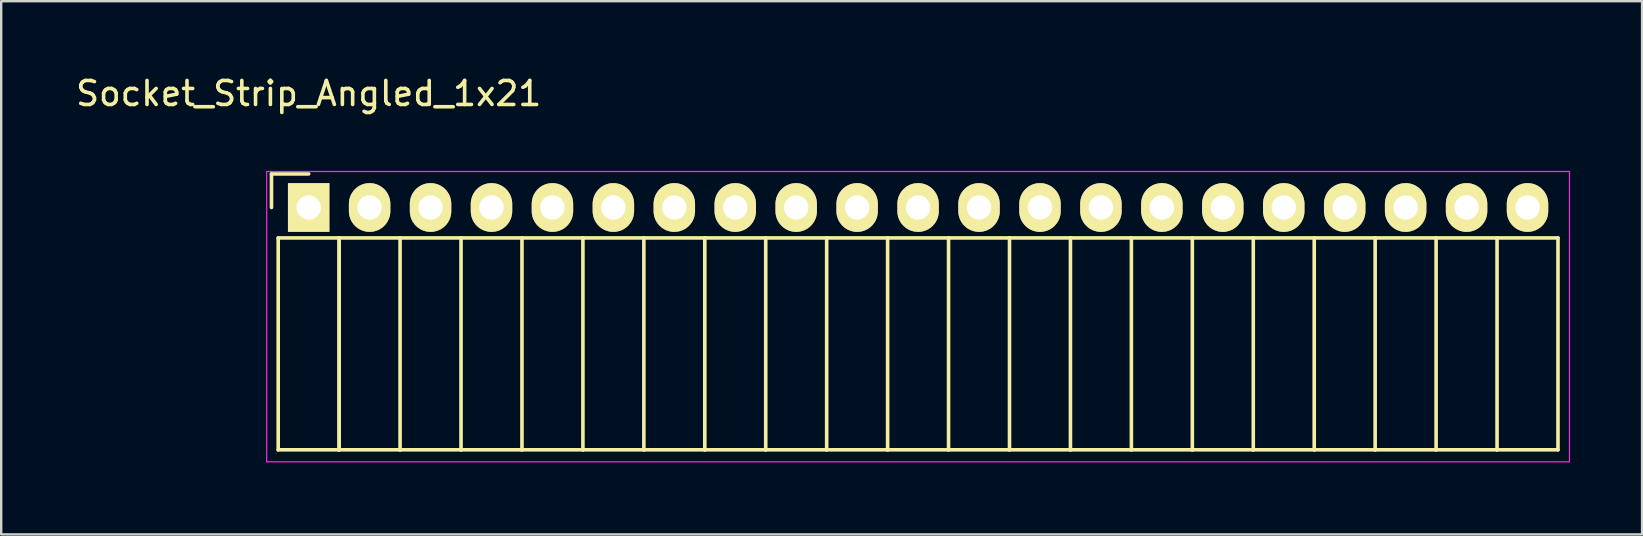
<source format=kicad_pcb>
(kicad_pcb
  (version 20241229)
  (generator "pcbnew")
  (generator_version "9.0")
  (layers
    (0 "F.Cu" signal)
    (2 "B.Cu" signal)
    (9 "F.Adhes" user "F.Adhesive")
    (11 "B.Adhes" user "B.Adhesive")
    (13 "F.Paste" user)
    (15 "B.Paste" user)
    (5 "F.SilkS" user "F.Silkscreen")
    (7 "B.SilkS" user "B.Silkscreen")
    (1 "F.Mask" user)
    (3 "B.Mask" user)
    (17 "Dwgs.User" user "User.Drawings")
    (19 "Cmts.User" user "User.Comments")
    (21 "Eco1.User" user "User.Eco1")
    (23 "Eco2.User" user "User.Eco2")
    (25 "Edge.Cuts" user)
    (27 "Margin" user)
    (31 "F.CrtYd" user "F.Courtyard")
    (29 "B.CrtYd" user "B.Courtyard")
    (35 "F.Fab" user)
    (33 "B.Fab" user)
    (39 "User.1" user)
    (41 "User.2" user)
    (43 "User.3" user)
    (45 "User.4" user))
  (footprint "Socket_Strip_Angled_1x21"
    (layer "F.Cu")
    (at 9.815 5.598)
    (property "Reference" "Socket_Strip_Angled_1x21" (at 0 -4.75 0) (layer "F.SilkS") (effects (font (size 1 1) (thickness 0.15))))
    (attr through_hole)
    (fp_line (start -1.55 -1.4) (end -1.55 0) (stroke (width 0.15) (type solid)) (layer "F.SilkS"))
    (fp_line (start -1.27 1.27) (end -1.27 10.1) (stroke (width 0.15) (type solid)) (layer "F.SilkS"))
    (fp_line (start -1.27 1.27) (end 1.27 1.27) (stroke (width 0.15) (type solid)) (layer "F.SilkS"))
    (fp_line (start -1.27 10.1) (end 1.27 10.1) (stroke (width 0.15) (type solid)) (layer "F.SilkS"))
    (fp_line (start 0 -1.4) (end -1.55 -1.4) (stroke (width 0.15) (type solid)) (layer "F.SilkS"))
    (fp_line (start 1.27 1.27) (end 1.27 10.1) (stroke (width 0.15) (type solid)) (layer "F.SilkS"))
    (fp_line (start 1.27 1.27) (end 3.81 1.27) (stroke (width 0.15) (type solid)) (layer "F.SilkS"))
    (fp_line (start 1.27 10.1) (end 1.27 1.27) (stroke (width 0.15) (type solid)) (layer "F.SilkS"))
    (fp_line (start 1.27 10.1) (end 3.81 10.1) (stroke (width 0.15) (type solid)) (layer "F.SilkS"))
    (fp_line (start 3.81 1.27) (end 6.35 1.27) (stroke (width 0.15) (type solid)) (layer "F.SilkS"))
    (fp_line (start 3.81 10.1) (end 3.81 1.27) (stroke (width 0.15) (type solid)) (layer "F.SilkS"))
    (fp_line (start 3.81 10.1) (end 6.35 10.1) (stroke (width 0.15) (type solid)) (layer "F.SilkS"))
    (fp_line (start 6.35 1.27) (end 8.89 1.27) (stroke (width 0.15) (type solid)) (layer "F.SilkS"))
    (fp_line (start 6.35 10.1) (end 6.35 1.27) (stroke (width 0.15) (type solid)) (layer "F.SilkS"))
    (fp_line (start 6.35 10.1) (end 8.89 10.1) (stroke (width 0.15) (type solid)) (layer "F.SilkS"))
    (fp_line (start 8.89 1.27) (end 11.43 1.27) (stroke (width 0.15) (type solid)) (layer "F.SilkS"))
    (fp_line (start 8.89 10.1) (end 8.89 1.27) (stroke (width 0.15) (type solid)) (layer "F.SilkS"))
    (fp_line (start 8.89 10.1) (end 11.43 10.1) (stroke (width 0.15) (type solid)) (layer "F.SilkS"))
    (fp_line (start 11.43 1.27) (end 13.97 1.27) (stroke (width 0.15) (type solid)) (layer "F.SilkS"))
    (fp_line (start 11.43 10.1) (end 11.43 1.27) (stroke (width 0.15) (type solid)) (layer "F.SilkS"))
    (fp_line (start 11.43 10.1) (end 13.97 10.1) (stroke (width 0.15) (type solid)) (layer "F.SilkS"))
    (fp_line (start 13.97 1.27) (end 16.51 1.27) (stroke (width 0.15) (type solid)) (layer "F.SilkS"))
    (fp_line (start 13.97 10.1) (end 13.97 1.27) (stroke (width 0.15) (type solid)) (layer "F.SilkS"))
    (fp_line (start 13.97 10.1) (end 16.51 10.1) (stroke (width 0.15) (type solid)) (layer "F.SilkS"))
    (fp_line (start 16.51 1.27) (end 19.05 1.27) (stroke (width 0.15) (type solid)) (layer "F.SilkS"))
    (fp_line (start 16.51 10.1) (end 16.51 1.27) (stroke (width 0.15) (type solid)) (layer "F.SilkS"))
    (fp_line (start 16.51 10.1) (end 19.05 10.1) (stroke (width 0.15) (type solid)) (layer "F.SilkS"))
    (fp_line (start 19.05 1.27) (end 21.59 1.27) (stroke (width 0.15) (type solid)) (layer "F.SilkS"))
    (fp_line (start 19.05 10.1) (end 19.05 1.27) (stroke (width 0.15) (type solid)) (layer "F.SilkS"))
    (fp_line (start 19.05 10.1) (end 21.59 10.1) (stroke (width 0.15) (type solid)) (layer "F.SilkS"))
    (fp_line (start 21.59 1.27) (end 24.13 1.27) (stroke (width 0.15) (type solid)) (layer "F.SilkS"))
    (fp_line (start 21.59 10.1) (end 21.59 1.27) (stroke (width 0.15) (type solid)) (layer "F.SilkS"))
    (fp_line (start 21.59 10.1) (end 24.13 10.1) (stroke (width 0.15) (type solid)) (layer "F.SilkS"))
    (fp_line (start 24.13 1.27) (end 26.67 1.27) (stroke (width 0.15) (type solid)) (layer "F.SilkS"))
    (fp_line (start 24.13 10.1) (end 24.13 1.27) (stroke (width 0.15) (type solid)) (layer "F.SilkS"))
    (fp_line (start 24.13 10.1) (end 26.67 10.1) (stroke (width 0.15) (type solid)) (layer "F.SilkS"))
    (fp_line (start 26.67 1.27) (end 29.21 1.27) (stroke (width 0.15) (type solid)) (layer "F.SilkS"))
    (fp_line (start 26.67 10.1) (end 26.67 1.27) (stroke (width 0.15) (type solid)) (layer "F.SilkS"))
    (fp_line (start 26.67 10.1) (end 29.21 10.1) (stroke (width 0.15) (type solid)) (layer "F.SilkS"))
    (fp_line (start 29.21 1.27) (end 31.75 1.27) (stroke (width 0.15) (type solid)) (layer "F.SilkS"))
    (fp_line (start 29.21 10.1) (end 29.21 1.27) (stroke (width 0.15) (type solid)) (layer "F.SilkS"))
    (fp_line (start 29.21 10.1) (end 31.75 10.1) (stroke (width 0.15) (type solid)) (layer "F.SilkS"))
    (fp_line (start 31.75 1.27) (end 34.29 1.27) (stroke (width 0.15) (type solid)) (layer "F.SilkS"))
    (fp_line (start 31.75 10.1) (end 31.75 1.27) (stroke (width 0.15) (type solid)) (layer "F.SilkS"))
    (fp_line (start 31.75 10.1) (end 34.29 10.1) (stroke (width 0.15) (type solid)) (layer "F.SilkS"))
    (fp_line (start 34.29 1.27) (end 36.83 1.27) (stroke (width 0.15) (type solid)) (layer "F.SilkS"))
    (fp_line (start 34.29 10.1) (end 34.29 1.27) (stroke (width 0.15) (type solid)) (layer "F.SilkS"))
    (fp_line (start 34.29 10.1) (end 36.83 10.1) (stroke (width 0.15) (type solid)) (layer "F.SilkS"))
    (fp_line (start 36.83 1.27) (end 39.37 1.27) (stroke (width 0.15) (type solid)) (layer "F.SilkS"))
    (fp_line (start 36.83 10.1) (end 36.83 1.27) (stroke (width 0.15) (type solid)) (layer "F.SilkS"))
    (fp_line (start 36.83 10.1) (end 39.37 10.1) (stroke (width 0.15) (type solid)) (layer "F.SilkS"))
    (fp_line (start 39.37 1.27) (end 41.91 1.27) (stroke (width 0.15) (type solid)) (layer "F.SilkS"))
    (fp_line (start 39.37 10.1) (end 39.37 1.27) (stroke (width 0.15) (type solid)) (layer "F.SilkS"))
    (fp_line (start 39.37 10.1) (end 41.91 10.1) (stroke (width 0.15) (type solid)) (layer "F.SilkS"))
    (fp_line (start 41.91 1.27) (end 44.45 1.27) (stroke (width 0.15) (type solid)) (layer "F.SilkS"))
    (fp_line (start 41.91 10.1) (end 41.91 1.27) (stroke (width 0.15) (type solid)) (layer "F.SilkS"))
    (fp_line (start 41.91 10.1) (end 44.45 10.1) (stroke (width 0.15) (type solid)) (layer "F.SilkS"))
    (fp_line (start 44.45 1.27) (end 46.99 1.27) (stroke (width 0.15) (type solid)) (layer "F.SilkS"))
    (fp_line (start 44.45 10.1) (end 44.45 1.27) (stroke (width 0.15) (type solid)) (layer "F.SilkS"))
    (fp_line (start 44.45 10.1) (end 46.99 10.1) (stroke (width 0.15) (type solid)) (layer "F.SilkS"))
    (fp_line (start 46.99 1.27) (end 49.53 1.27) (stroke (width 0.15) (type solid)) (layer "F.SilkS"))
    (fp_line (start 46.99 10.1) (end 46.99 1.27) (stroke (width 0.15) (type solid)) (layer "F.SilkS"))
    (fp_line (start 46.99 10.1) (end 49.53 10.1) (stroke (width 0.15) (type solid)) (layer "F.SilkS"))
    (fp_line (start 49.53 1.27) (end 52.07 1.27) (stroke (width 0.15) (type solid)) (layer "F.SilkS"))
    (fp_line (start 49.53 10.1) (end 49.53 1.27) (stroke (width 0.15) (type solid)) (layer "F.SilkS"))
    (fp_line (start 49.53 10.1) (end 52.07 10.1) (stroke (width 0.15) (type solid)) (layer "F.SilkS"))
    (fp_line (start 52.07 10.1) (end 52.07 1.27) (stroke (width 0.15) (type solid)) (layer "F.SilkS"))
    (fp_line (start -1.75 -1.5) (end -1.75 10.6) (stroke (width 0.05) (type solid)) (layer "F.CrtYd"))
    (fp_line (start -1.75 -1.5) (end 52.55 -1.5) (stroke (width 0.05) (type solid)) (layer "F.CrtYd"))
    (fp_line (start -1.75 10.6) (end 52.55 10.6) (stroke (width 0.05) (type solid)) (layer "F.CrtYd"))
    (fp_line (start 52.55 -1.5) (end 52.55 10.6) (stroke (width 0.05) (type solid)) (layer "F.CrtYd"))
    (pad "1" thru_hole rect (at 0 0) (size 1.727 2.032) (drill 1.016) (layers "*.Cu" "*.Mask" "F.SilkS"))
    (pad "2" thru_hole oval (at 2.54 0) (size 1.727 2.032) (drill 1.016) (layers "*.Cu" "*.Mask" "F.SilkS"))
    (pad "3" thru_hole oval (at 5.08 0) (size 1.727 2.032) (drill 1.016) (layers "*.Cu" "*.Mask" "F.SilkS"))
    (pad "4" thru_hole oval (at 7.62 0) (size 1.727 2.032) (drill 1.016) (layers "*.Cu" "*.Mask" "F.SilkS"))
    (pad "5" thru_hole oval (at 10.16 0) (size 1.727 2.032) (drill 1.016) (layers "*.Cu" "*.Mask" "F.SilkS"))
    (pad "6" thru_hole oval (at 12.7 0) (size 1.727 2.032) (drill 1.016) (layers "*.Cu" "*.Mask" "F.SilkS"))
    (pad "7" thru_hole oval (at 15.24 0) (size 1.727 2.032) (drill 1.016) (layers "*.Cu" "*.Mask" "F.SilkS"))
    (pad "8" thru_hole oval (at 17.78 0) (size 1.727 2.032) (drill 1.016) (layers "*.Cu" "*.Mask" "F.SilkS"))
    (pad "9" thru_hole oval (at 20.32 0) (size 1.727 2.032) (drill 1.016) (layers "*.Cu" "*.Mask" "F.SilkS"))
    (pad "10" thru_hole oval (at 22.86 0) (size 1.727 2.032) (drill 1.016) (layers "*.Cu" "*.Mask" "F.SilkS"))
    (pad "11" thru_hole oval (at 25.4 0) (size 1.727 2.032) (drill 1.016) (layers "*.Cu" "*.Mask" "F.SilkS"))
    (pad "12" thru_hole oval (at 27.94 0) (size 1.727 2.032) (drill 1.016) (layers "*.Cu" "*.Mask" "F.SilkS"))
    (pad "13" thru_hole oval (at 30.48 0) (size 1.727 2.032) (drill 1.016) (layers "*.Cu" "*.Mask" "F.SilkS"))
    (pad "14" thru_hole oval (at 33.02 0) (size 1.727 2.032) (drill 1.016) (layers "*.Cu" "*.Mask" "F.SilkS"))
    (pad "15" thru_hole oval (at 35.56 0) (size 1.727 2.032) (drill 1.016) (layers "*.Cu" "*.Mask" "F.SilkS"))
    (pad "16" thru_hole oval (at 38.1 0) (size 1.727 2.032) (drill 1.016) (layers "*.Cu" "*.Mask" "F.SilkS"))
    (pad "17" thru_hole oval (at 40.64 0) (size 1.727 2.032) (drill 1.016) (layers "*.Cu" "*.Mask" "F.SilkS"))
    (pad "18" thru_hole oval (at 43.18 0) (size 1.727 2.032) (drill 1.016) (layers "*.Cu" "*.Mask" "F.SilkS"))
    (pad "19" thru_hole oval (at 45.72 0) (size 1.727 2.032) (drill 1.016) (layers "*.Cu" "*.Mask" "F.SilkS"))
    (pad "20" thru_hole oval (at 48.26 0) (size 1.727 2.032) (drill 1.016) (layers "*.Cu" "*.Mask" "F.SilkS"))
    (pad "21" thru_hole oval (at 50.8 0) (size 1.727 2.032) (drill 1.016) (layers "*.Cu" "*.Mask" "F.SilkS")))
  (gr_rect
    (start -3 -3)
    (end 65.39 19.223)
    (stroke (width 0.1) (type default))
    (fill no)
    (layer "Edge.Cuts")))
</source>
